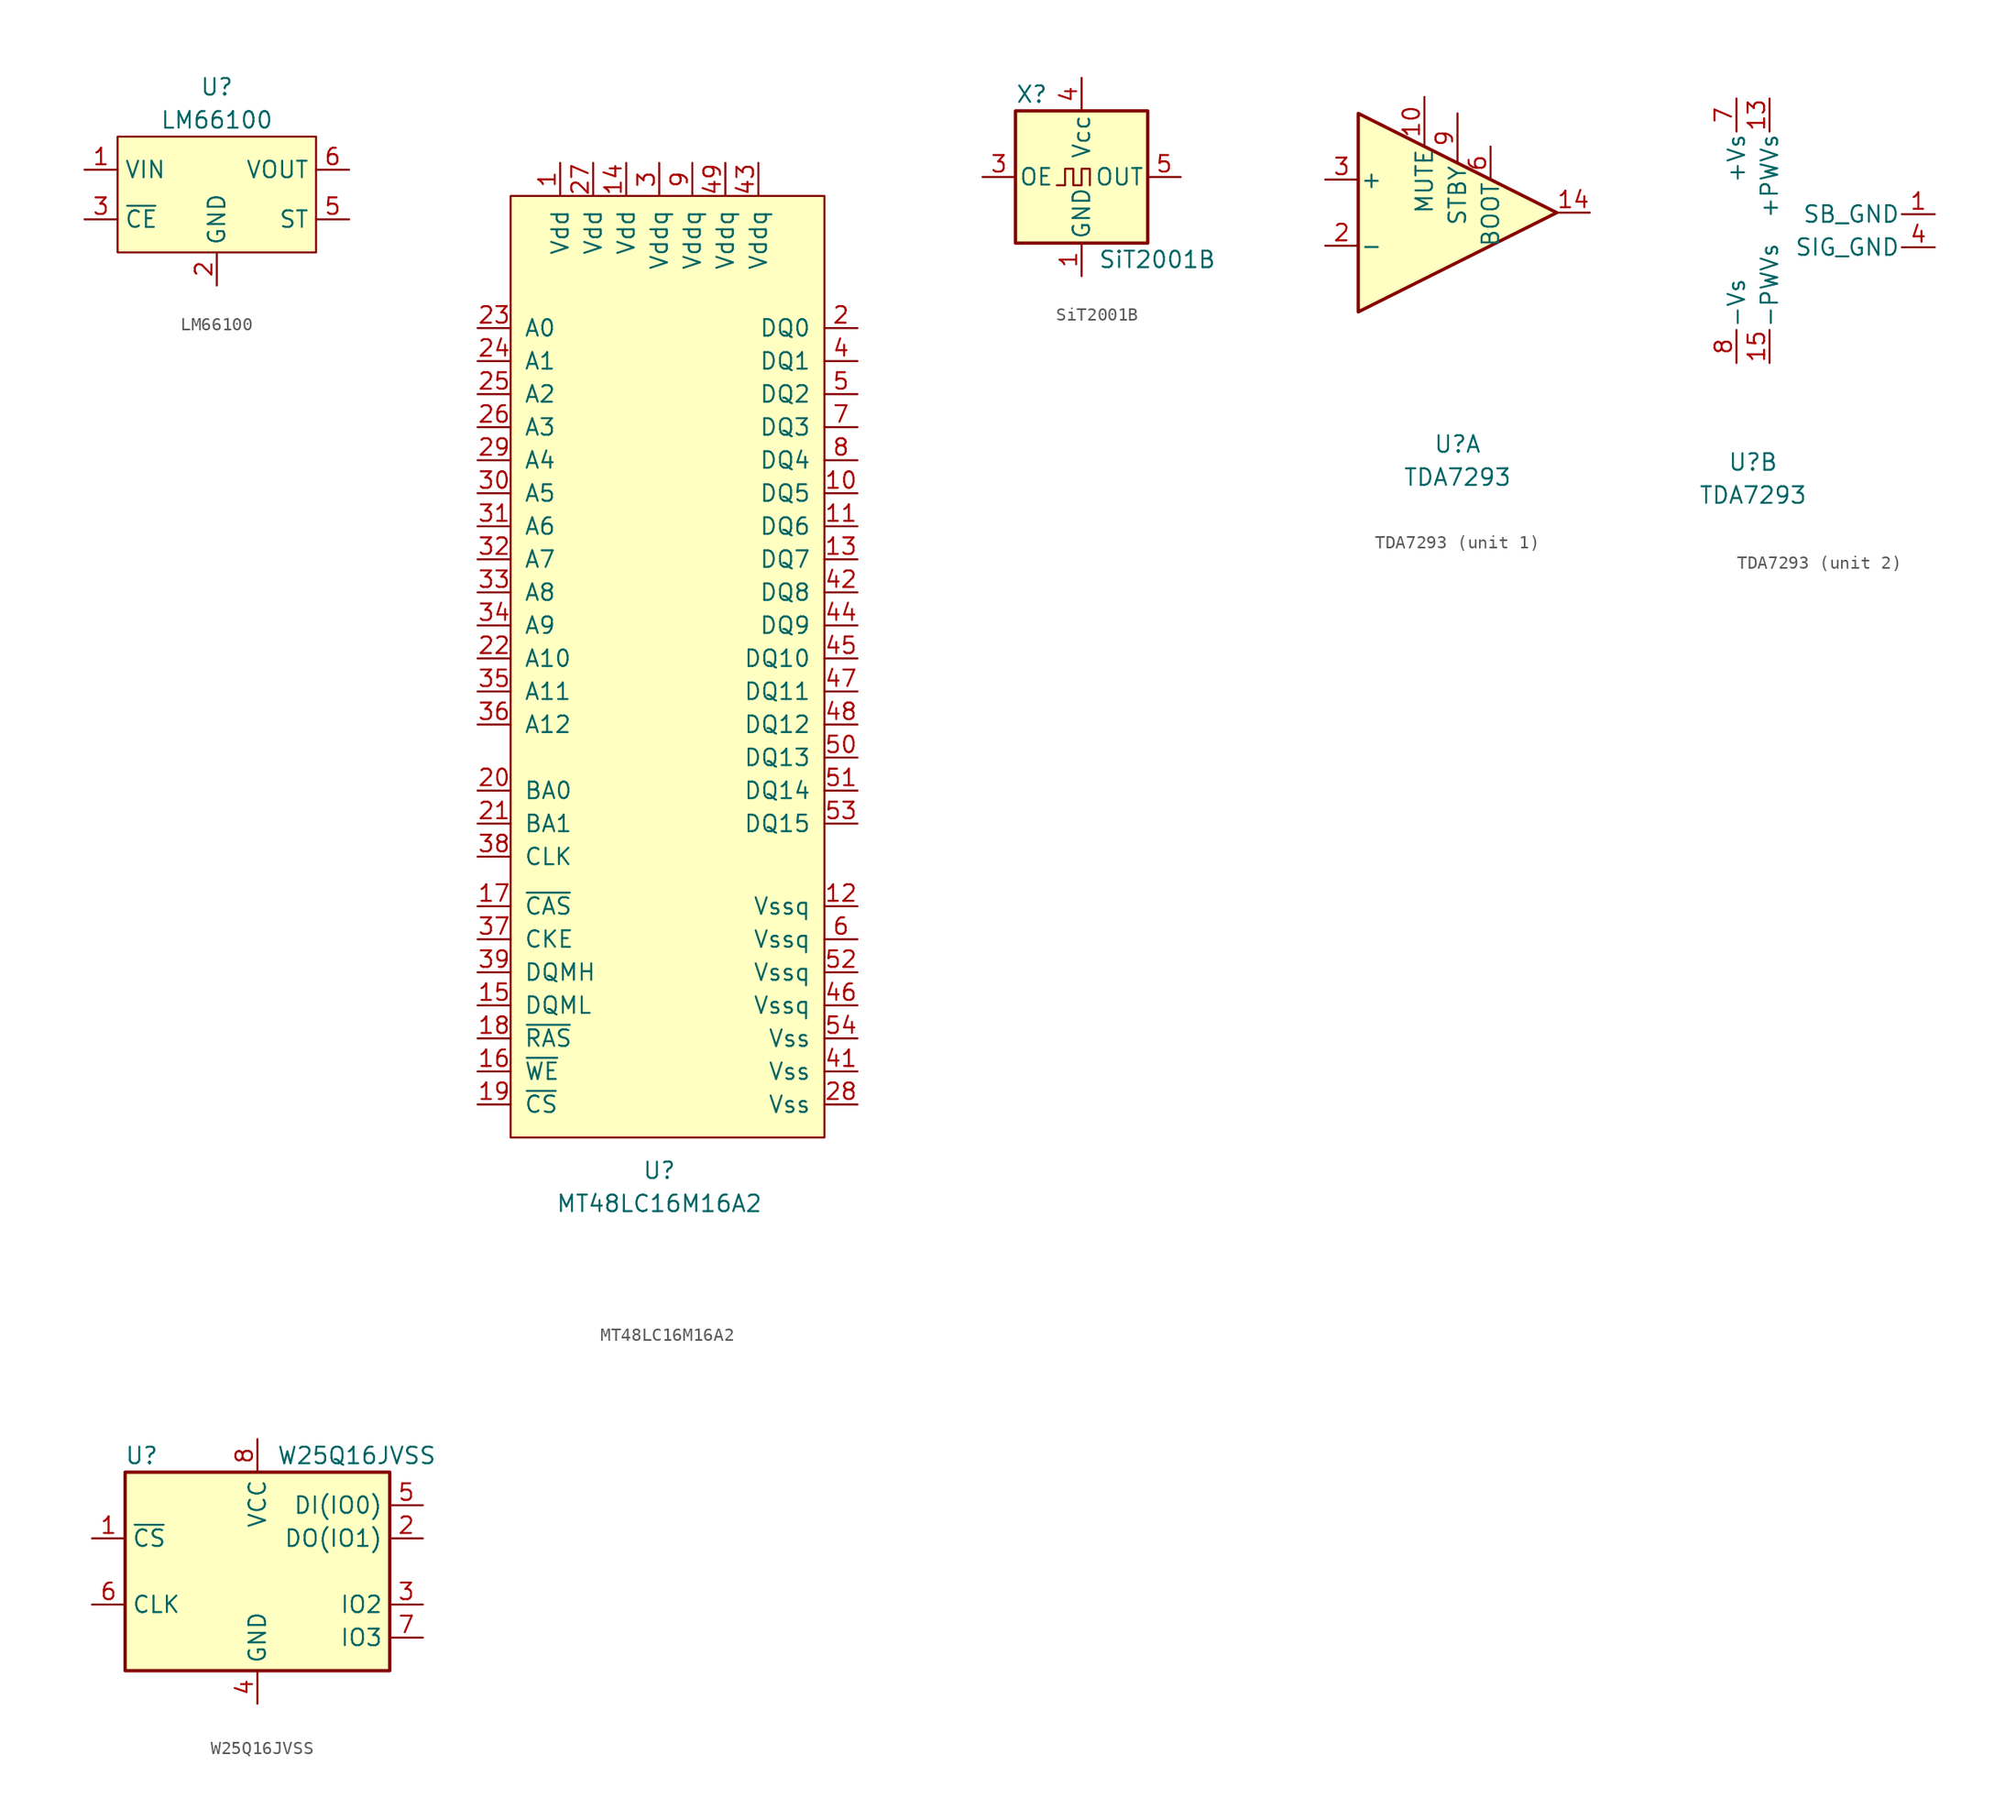
<source format=kicad_sym>
(kicad_symbol_lib
  (version 20231120)
  (generator "kicad_symbol_editor")
  (generator_version "8.0")
  (symbol "LM66100"
    (property "Reference" "U"
      (at 0 7.62 0)
      (effects (font (size 1.27 1.27))))
    (property "Value" "LM66100"
      (at 0 5.08 0)
      (effects (font (size 1.27 1.27))))
    (symbol "LM66100_1_1"
      (rectangle (start -7.62 3.81) (end 7.62 -5.08) (stroke (width 0) (type default)) (fill (type background)))
      (pin power_in line (at -10.16 1.27 0) (length 2.54) (name "VIN" (effects (font (size 1.27 1.27)))) (number "1" (effects (font (size 1.27 1.27)))))
      (pin power_in line (at 0 -7.62 90) (length 2.54) (name "GND" (effects (font (size 1.27 1.27)))) (number "2" (effects (font (size 1.27 1.27)))))
      (pin input line (at -10.16 -2.54 0) (length 2.54) (name "~{CE}" (effects (font (size 1.27 1.27)))) (number "3" (effects (font (size 1.27 1.27)))))
      (pin no_connect line (at 3.81 -7.62 90) (length 2.54) hide (name "" (effects (font (size 1.27 1.27)))) (number "4" (effects (font (size 1.27 1.27)))))
      (pin passive line (at 10.16 -2.54 180) (length 2.54) (name "ST" (effects (font (size 1.27 1.27)))) (number "5" (effects (font (size 1.27 1.27)))))
      (pin power_out line (at 10.16 1.27 180) (length 2.54) (name "VOUT" (effects (font (size 1.27 1.27)))) (number "6" (effects (font (size 1.27 1.27)))))))
  (symbol "MT48LC16M16A2"
    (pin_names
      (offset 1.016))
    (property "Reference" "U"
      (at 0 -35.56 0)
      (effects (font (size 1.27 1.27))))
    (property "Value" "MT48LC16M16A2"
      (at 0 -38.1 0)
      (effects (font (size 1.27 1.27))))
    (symbol "MT48LC16M16A2_0_1"
      (rectangle (start -11.43 -33.02) (end 12.7 39.37) (stroke (width 0) (type default)) (fill (type background))))
    (symbol "MT48LC16M16A2_1_1"
      (pin power_in line (at -7.62 41.91 270) (length 2.54) (name "Vdd" (effects (font (size 1.27 1.27)))) (number "1" (effects (font (size 1.27 1.27)))))
      (pin bidirectional line (at 15.24 16.51 180) (length 2.54) (name "DQ5" (effects (font (size 1.27 1.27)))) (number "10" (effects (font (size 1.27 1.27)))))
      (pin bidirectional line (at 15.24 13.97 180) (length 2.54) (name "DQ6" (effects (font (size 1.27 1.27)))) (number "11" (effects (font (size 1.27 1.27)))))
      (pin power_in line (at 15.24 -15.24 180) (length 2.54) (name "Vssq" (effects (font (size 1.27 1.27)))) (number "12" (effects (font (size 1.27 1.27)))))
      (pin bidirectional line (at 15.24 11.43 180) (length 2.54) (name "DQ7" (effects (font (size 1.27 1.27)))) (number "13" (effects (font (size 1.27 1.27)))))
      (pin power_in line (at -2.54 41.91 270) (length 2.54) (name "Vdd" (effects (font (size 1.27 1.27)))) (number "14" (effects (font (size 1.27 1.27)))))
      (pin bidirectional line (at -13.97 -22.86 0) (length 2.54) (name "DQML" (effects (font (size 1.27 1.27)))) (number "15" (effects (font (size 1.27 1.27)))))
      (pin bidirectional line (at -13.97 -27.94 0) (length 2.54) (name "~{WE}" (effects (font (size 1.27 1.27)))) (number "16" (effects (font (size 1.27 1.27)))))
      (pin bidirectional line (at -13.97 -15.24 0) (length 2.54) (name "~{CAS}" (effects (font (size 1.27 1.27)))) (number "17" (effects (font (size 1.27 1.27)))))
      (pin bidirectional line (at -13.97 -25.4 0) (length 2.54) (name "~{RAS}" (effects (font (size 1.27 1.27)))) (number "18" (effects (font (size 1.27 1.27)))))
      (pin bidirectional line (at -13.97 -30.48 0) (length 2.54) (name "~{CS}" (effects (font (size 1.27 1.27)))) (number "19" (effects (font (size 1.27 1.27)))))
      (pin bidirectional line (at 15.24 29.21 180) (length 2.54) (name "DQ0" (effects (font (size 1.27 1.27)))) (number "2" (effects (font (size 1.27 1.27)))))
      (pin bidirectional line (at -13.97 -6.35 0) (length 2.54) (name "BA0" (effects (font (size 1.27 1.27)))) (number "20" (effects (font (size 1.27 1.27)))))
      (pin bidirectional line (at -13.97 -8.89 0) (length 2.54) (name "BA1" (effects (font (size 1.27 1.27)))) (number "21" (effects (font (size 1.27 1.27)))))
      (pin input line (at -13.97 3.81 0) (length 2.54) (name "A10" (effects (font (size 1.27 1.27)))) (number "22" (effects (font (size 1.27 1.27)))))
      (pin input line (at -13.97 29.21 0) (length 2.54) (name "A0" (effects (font (size 1.27 1.27)))) (number "23" (effects (font (size 1.27 1.27)))))
      (pin input line (at -13.97 26.67 0) (length 2.54) (name "A1" (effects (font (size 1.27 1.27)))) (number "24" (effects (font (size 1.27 1.27)))))
      (pin input line (at -13.97 24.13 0) (length 2.54) (name "A2" (effects (font (size 1.27 1.27)))) (number "25" (effects (font (size 1.27 1.27)))))
      (pin input line (at -13.97 21.59 0) (length 2.54) (name "A3" (effects (font (size 1.27 1.27)))) (number "26" (effects (font (size 1.27 1.27)))))
      (pin power_in line (at -5.08 41.91 270) (length 2.54) (name "Vdd" (effects (font (size 1.27 1.27)))) (number "27" (effects (font (size 1.27 1.27)))))
      (pin power_in line (at 15.24 -30.48 180) (length 2.54) (name "Vss" (effects (font (size 1.27 1.27)))) (number "28" (effects (font (size 1.27 1.27)))))
      (pin input line (at -13.97 19.05 0) (length 2.54) (name "A4" (effects (font (size 1.27 1.27)))) (number "29" (effects (font (size 1.27 1.27)))))
      (pin power_in line (at 0 41.91 270) (length 2.54) (name "Vddq" (effects (font (size 1.27 1.27)))) (number "3" (effects (font (size 1.27 1.27)))))
      (pin input line (at -13.97 16.51 0) (length 2.54) (name "A5" (effects (font (size 1.27 1.27)))) (number "30" (effects (font (size 1.27 1.27)))))
      (pin input line (at -13.97 13.97 0) (length 2.54) (name "A6" (effects (font (size 1.27 1.27)))) (number "31" (effects (font (size 1.27 1.27)))))
      (pin input line (at -13.97 11.43 0) (length 2.54) (name "A7" (effects (font (size 1.27 1.27)))) (number "32" (effects (font (size 1.27 1.27)))))
      (pin input line (at -13.97 8.89 0) (length 2.54) (name "A8" (effects (font (size 1.27 1.27)))) (number "33" (effects (font (size 1.27 1.27)))))
      (pin input line (at -13.97 6.35 0) (length 2.54) (name "A9" (effects (font (size 1.27 1.27)))) (number "34" (effects (font (size 1.27 1.27)))))
      (pin input line (at -13.97 1.27 0) (length 2.54) (name "A11" (effects (font (size 1.27 1.27)))) (number "35" (effects (font (size 1.27 1.27)))))
      (pin input line (at -13.97 -1.27 0) (length 2.54) (name "A12" (effects (font (size 1.27 1.27)))) (number "36" (effects (font (size 1.27 1.27)))))
      (pin bidirectional line (at -13.97 -17.78 0) (length 2.54) (name "CKE" (effects (font (size 1.27 1.27)))) (number "37" (effects (font (size 1.27 1.27)))))
      (pin bidirectional line (at -13.97 -11.43 0) (length 2.54) (name "CLK" (effects (font (size 1.27 1.27)))) (number "38" (effects (font (size 1.27 1.27)))))
      (pin bidirectional line (at -13.97 -20.32 0) (length 2.54) (name "DQMH" (effects (font (size 1.27 1.27)))) (number "39" (effects (font (size 1.27 1.27)))))
      (pin bidirectional line (at 15.24 26.67 180) (length 2.54) (name "DQ1" (effects (font (size 1.27 1.27)))) (number "4" (effects (font (size 1.27 1.27)))))
      (pin no_connect line (at 15.24 -12.7 180) (length 2.54) hide (name "NC" (effects (font (size 1.27 1.27)))) (number "40" (effects (font (size 1.27 1.27)))))
      (pin power_in line (at 15.24 -27.94 180) (length 2.54) (name "Vss" (effects (font (size 1.27 1.27)))) (number "41" (effects (font (size 1.27 1.27)))))
      (pin bidirectional line (at 15.24 8.89 180) (length 2.54) (name "DQ8" (effects (font (size 1.27 1.27)))) (number "42" (effects (font (size 1.27 1.27)))))
      (pin power_in line (at 7.62 41.91 270) (length 2.54) (name "Vddq" (effects (font (size 1.27 1.27)))) (number "43" (effects (font (size 1.27 1.27)))))
      (pin bidirectional line (at 15.24 6.35 180) (length 2.54) (name "DQ9" (effects (font (size 1.27 1.27)))) (number "44" (effects (font (size 1.27 1.27)))))
      (pin bidirectional line (at 15.24 3.81 180) (length 2.54) (name "DQ10" (effects (font (size 1.27 1.27)))) (number "45" (effects (font (size 1.27 1.27)))))
      (pin power_in line (at 15.24 -22.86 180) (length 2.54) (name "Vssq" (effects (font (size 1.27 1.27)))) (number "46" (effects (font (size 1.27 1.27)))))
      (pin bidirectional line (at 15.24 1.27 180) (length 2.54) (name "DQ11" (effects (font (size 1.27 1.27)))) (number "47" (effects (font (size 1.27 1.27)))))
      (pin bidirectional line (at 15.24 -1.27 180) (length 2.54) (name "DQ12" (effects (font (size 1.27 1.27)))) (number "48" (effects (font (size 1.27 1.27)))))
      (pin power_in line (at 5.08 41.91 270) (length 2.54) (name "Vddq" (effects (font (size 1.27 1.27)))) (number "49" (effects (font (size 1.27 1.27)))))
      (pin bidirectional line (at 15.24 24.13 180) (length 2.54) (name "DQ2" (effects (font (size 1.27 1.27)))) (number "5" (effects (font (size 1.27 1.27)))))
      (pin bidirectional line (at 15.24 -3.81 180) (length 2.54) (name "DQ13" (effects (font (size 1.27 1.27)))) (number "50" (effects (font (size 1.27 1.27)))))
      (pin bidirectional line (at 15.24 -6.35 180) (length 2.54) (name "DQ14" (effects (font (size 1.27 1.27)))) (number "51" (effects (font (size 1.27 1.27)))))
      (pin power_in line (at 15.24 -20.32 180) (length 2.54) (name "Vssq" (effects (font (size 1.27 1.27)))) (number "52" (effects (font (size 1.27 1.27)))))
      (pin bidirectional line (at 15.24 -8.89 180) (length 2.54) (name "DQ15" (effects (font (size 1.27 1.27)))) (number "53" (effects (font (size 1.27 1.27)))))
      (pin power_in line (at 15.24 -25.4 180) (length 2.54) (name "Vss" (effects (font (size 1.27 1.27)))) (number "54" (effects (font (size 1.27 1.27)))))
      (pin power_in line (at 15.24 -17.78 180) (length 2.54) (name "Vssq" (effects (font (size 1.27 1.27)))) (number "6" (effects (font (size 1.27 1.27)))))
      (pin bidirectional line (at 15.24 21.59 180) (length 2.54) (name "DQ3" (effects (font (size 1.27 1.27)))) (number "7" (effects (font (size 1.27 1.27)))))
      (pin bidirectional line (at 15.24 19.05 180) (length 2.54) (name "DQ4" (effects (font (size 1.27 1.27)))) (number "8" (effects (font (size 1.27 1.27)))))
      (pin power_in line (at 2.54 41.91 270) (length 2.54) (name "Vddq" (effects (font (size 1.27 1.27)))) (number "9" (effects (font (size 1.27 1.27)))))))
  (symbol "SiT2001B"
    (pin_names
      (offset 0.254))
    (property "Reference" "X"
      (at -5.08 6.35 0)
      (effects (font (size 1.27 1.27)) (justify left)))
    (property "Value" "SiT2001B"
      (at 1.27 -6.35 0)
      (effects (font (size 1.27 1.27)) (justify left)))
    (symbol "SiT2001B_0_1"
      (rectangle (start -5.08 5.08) (end 5.08 -5.08) (stroke (width 0.254) (type default)) (fill (type background)))
      (polyline (pts (xy -1.905 -0.635) (xy -1.27 -0.635) (xy -1.27 0.635) (xy -0.635 0.635) (xy -0.635 -0.635) (xy 0 -0.635) (xy 0 0.635) (xy 0.635 0.635) (xy 0.635 -0.635)) (stroke (width 0) (type default)) (fill (type none))))
    (symbol "SiT2001B_1_1"
      (pin power_in line (at 0 -7.62 90) (length 2.54) (name "GND" (effects (font (size 1.27 1.27)))) (number "1" (effects (font (size 1.27 1.27)))))
      (pin no_connect line (at 2.54 -7.62 90) (length 2.54) hide (name "NC" (effects (font (size 1.27 1.27)))) (number "2" (effects (font (size 1.27 1.27)))))
      (pin input line (at -7.62 0 0) (length 2.54) (name "OE" (effects (font (size 1.27 1.27)))) (number "3" (effects (font (size 1.27 1.27)))))
      (pin power_in line (at 0 7.62 270) (length 2.54) (name "Vcc" (effects (font (size 1.27 1.27)))) (number "4" (effects (font (size 1.27 1.27)))))
      (pin output line (at 7.62 0 180) (length 2.54) (name "OUT" (effects (font (size 1.27 1.27)))) (number "5" (effects (font (size 1.27 1.27)))))))
  (symbol "TDA7293"
    (pin_names
      (offset 0.127))
    (property "Reference" "U"
      (at 0 -17.78 0)
      (effects (font (size 1.27 1.27))))
    (property "Value" "TDA7293"
      (at 0 -20.32 0)
      (effects (font (size 1.27 1.27))))
    (property "ki_locked" ""
      (at 0 0 0)
      (effects (font (size 1.27 1.27))))
    (symbol "TDA7293_1_1"
      (polyline (pts (xy -7.62 7.62) (xy 7.62 0) (xy -7.62 -7.62) (xy -7.62 7.62)) (stroke (width 0.254) (type default)) (fill (type background)))
      (pin input line (at -2.54 8.89 270) (length 3.81) (name "MUTE" (effects (font (size 1.27 1.27)))) (number "10" (effects (font (size 1.27 1.27)))))
      (pin no_connect line (at 0 -10.16 270) (length 2.54) hide (name "NC" (effects (font (size 1.27 1.27)))) (number "11" (effects (font (size 1.27 1.27)))))
      (pin no_connect line (at 3.81 -10.16 270) (length 2.54) hide (name "NC" (effects (font (size 1.27 1.27)))) (number "12" (effects (font (size 1.27 1.27)))))
      (pin output line (at 10.16 0 180) (length 2.54) (name "~" (effects (font (size 1.27 1.27)))) (number "14" (effects (font (size 1.27 1.27)))))
      (pin input line (at -10.16 -2.54 0) (length 2.54) (name "-" (effects (font (size 1.27 1.27)))) (number "2" (effects (font (size 1.27 1.27)))))
      (pin input line (at -10.16 2.54 0) (length 2.54) (name "+" (effects (font (size 1.27 1.27)))) (number "3" (effects (font (size 1.27 1.27)))))
      (pin no_connect line (at -2.54 -10.16 270) (length 2.54) hide (name "NC" (effects (font (size 1.27 1.27)))) (number "5" (effects (font (size 1.27 1.27)))))
      (pin passive line (at 2.54 5.08 270) (length 2.54) (name "BOOT" (effects (font (size 1.27 1.27)))) (number "6" (effects (font (size 1.27 1.27)))))
      (pin input line (at 0 7.62 270) (length 3.81) (name "STBY" (effects (font (size 1.27 1.27)))) (number "9" (effects (font (size 1.27 1.27))))))
    (symbol "TDA7293_2_1"
      (pin power_in line (at 13.97 1.27 180) (length 2.54) (name "SB_GND" (effects (font (size 1.27 1.27)))) (number "1" (effects (font (size 1.27 1.27)))))
      (pin power_in line (at 1.27 10.16 270) (length 2.54) (name "+PWVs" (effects (font (size 1.27 1.27)))) (number "13" (effects (font (size 1.27 1.27)))))
      (pin power_in line (at 1.27 -10.16 90) (length 2.54) (name "-PWVs" (effects (font (size 1.27 1.27)))) (number "15" (effects (font (size 1.27 1.27)))))
      (pin power_in line (at 13.97 -1.27 180) (length 2.54) (name "SIG_GND" (effects (font (size 1.27 1.27)))) (number "4" (effects (font (size 1.27 1.27)))))
      (pin power_in line (at -1.27 10.16 270) (length 2.54) (name "+Vs" (effects (font (size 1.27 1.27)))) (number "7" (effects (font (size 1.27 1.27)))))
      (pin power_in line (at -1.27 -10.16 90) (length 2.54) (name "-Vs" (effects (font (size 1.27 1.27)))) (number "8" (effects (font (size 1.27 1.27)))))))
  (symbol "W25Q16JVSS"
    (property "Reference" "U"
      (at -8.89 8.89 0)
      (effects (font (size 1.27 1.27))))
    (property "Value" "W25Q16JVSS"
      (at 7.62 8.89 0)
      (effects (font (size 1.27 1.27))))
    (symbol "W25Q16JVSS_0_1"
      (rectangle (start -10.16 7.62) (end 10.16 -7.62) (stroke (width 0.254) (type default)) (fill (type background))))
    (symbol "W25Q16JVSS_1_1"
      (pin input line (at -12.7 2.54 0) (length 2.54) (name "~{CS}" (effects (font (size 1.27 1.27)))) (number "1" (effects (font (size 1.27 1.27)))))
      (pin bidirectional line (at 12.7 2.54 180) (length 2.54) (name "DO(IO1)" (effects (font (size 1.27 1.27)))) (number "2" (effects (font (size 1.27 1.27)))))
      (pin bidirectional line (at 12.7 -2.54 180) (length 2.54) (name "IO2" (effects (font (size 1.27 1.27)))) (number "3" (effects (font (size 1.27 1.27)))))
      (pin power_in line (at 0 -10.16 90) (length 2.54) (name "GND" (effects (font (size 1.27 1.27)))) (number "4" (effects (font (size 1.27 1.27)))))
      (pin bidirectional line (at 12.7 5.08 180) (length 2.54) (name "DI(IO0)" (effects (font (size 1.27 1.27)))) (number "5" (effects (font (size 1.27 1.27)))))
      (pin input line (at -12.7 -2.54 0) (length 2.54) (name "CLK" (effects (font (size 1.27 1.27)))) (number "6" (effects (font (size 1.27 1.27)))))
      (pin bidirectional line (at 12.7 -5.08 180) (length 2.54) (name "IO3" (effects (font (size 1.27 1.27)))) (number "7" (effects (font (size 1.27 1.27)))))
      (pin power_in line (at 0 10.16 270) (length 2.54) (name "VCC" (effects (font (size 1.27 1.27)))) (number "8" (effects (font (size 1.27 1.27))))))))
</source>
